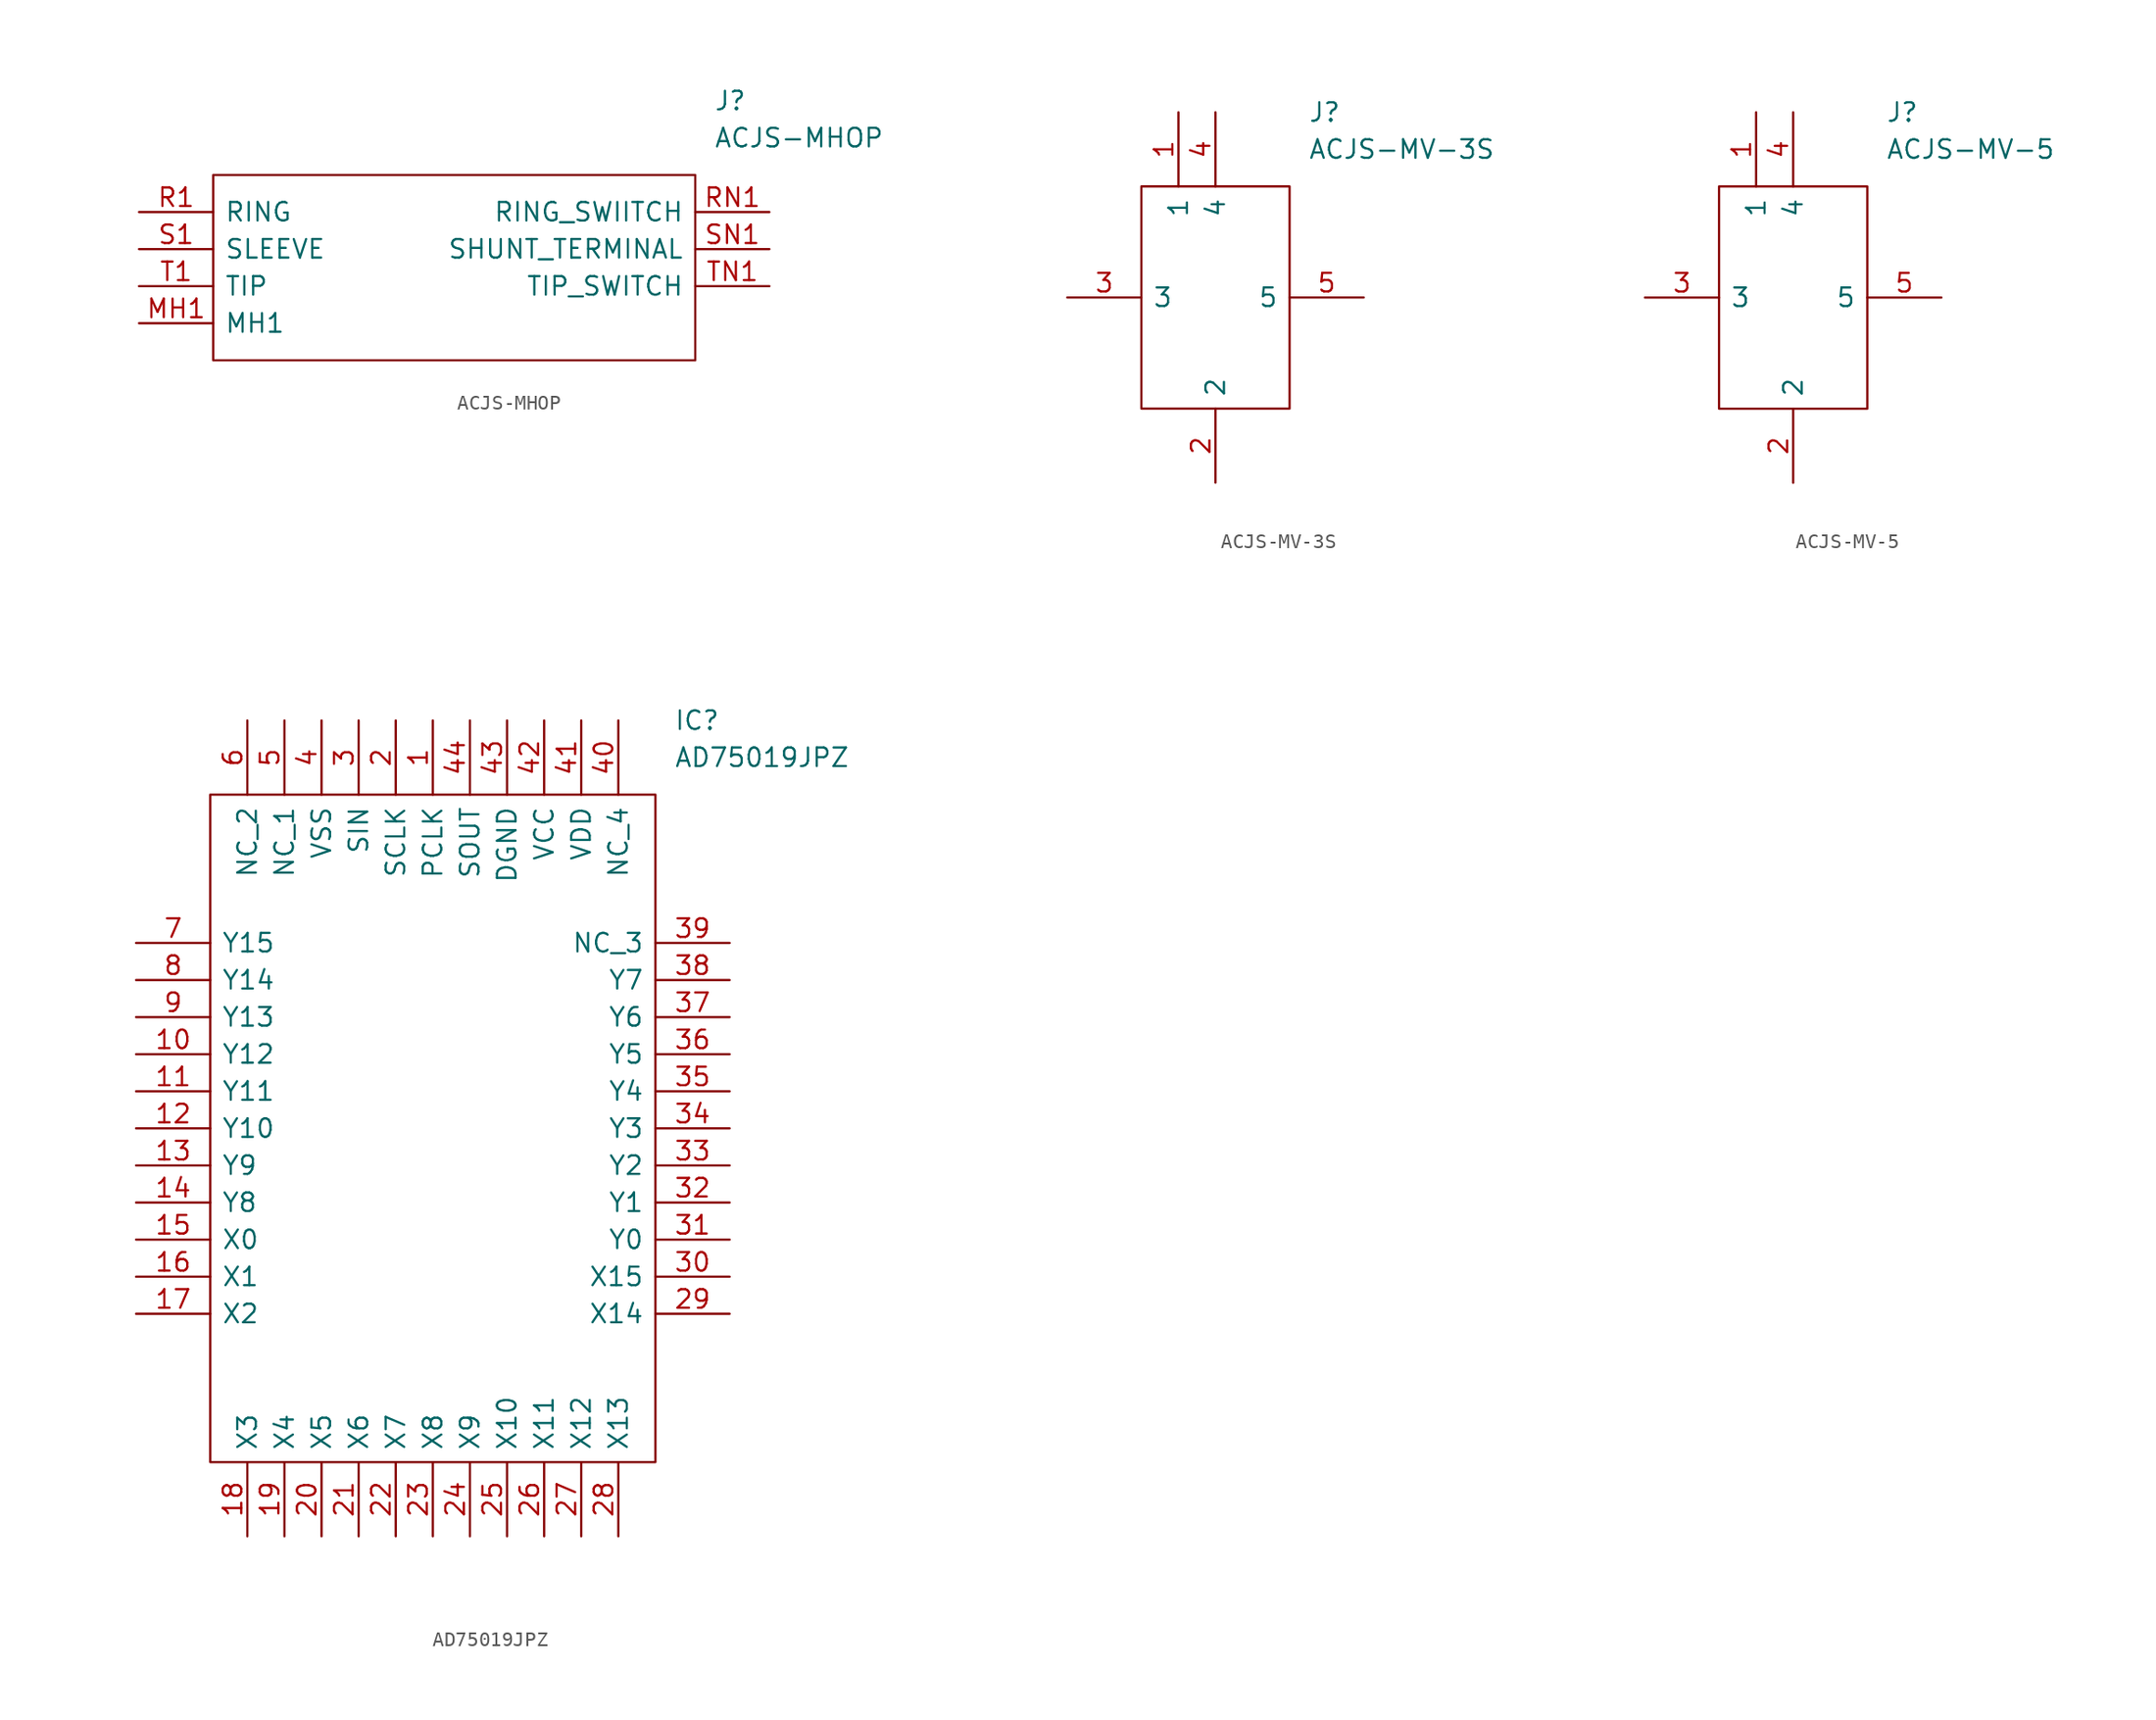
<source format=kicad_sym>
(kicad_symbol_lib
  (version 20211014)
  (generator kicad_symbol_editor)
  (symbol "ACJS-MHOP"
    (pin_names
      (offset 0.762))
    (property "Reference" "J"
      (at 39.37 7.62 0)
      (effects (font (size 1.27 1.27)) (justify left)))
    (property "Value" "ACJS-MHOP"
      (at 39.37 5.08 0)
      (effects (font (size 1.27 1.27)) (justify left)))
    (symbol "ACJS-MHOP_0_0"
      (pin passive line (at 0 -7.62 0) (length 5.08) (name "MH1" (effects (font (size 1.27 1.27)))) (number "MH1" (effects (font (size 1.27 1.27)))))
      (pin passive line (at 0 0 0) (length 5.08) (name "RING" (effects (font (size 1.27 1.27)))) (number "R1" (effects (font (size 1.27 1.27)))))
      (pin passive line (at 43.18 0 180) (length 5.08) (name "RING_SWIITCH" (effects (font (size 1.27 1.27)))) (number "RN1" (effects (font (size 1.27 1.27)))))
      (pin passive line (at 0 -2.54 0) (length 5.08) (name "SLEEVE" (effects (font (size 1.27 1.27)))) (number "S1" (effects (font (size 1.27 1.27)))))
      (pin passive line (at 43.18 -2.54 180) (length 5.08) (name "SHUNT_TERMINAL" (effects (font (size 1.27 1.27)))) (number "SN1" (effects (font (size 1.27 1.27)))))
      (pin passive line (at 0 -5.08 0) (length 5.08) (name "TIP" (effects (font (size 1.27 1.27)))) (number "T1" (effects (font (size 1.27 1.27)))))
      (pin passive line (at 43.18 -5.08 180) (length 5.08) (name "TIP_SWITCH" (effects (font (size 1.27 1.27)))) (number "TN1" (effects (font (size 1.27 1.27))))))
    (symbol "ACJS-MHOP_0_1"
      (polyline (pts (xy 5.08 2.54) (xy 38.1 2.54) (xy 38.1 -10.16) (xy 5.08 -10.16) (xy 5.08 2.54)) (stroke (width 0.152) (type default) (color 0 0 0 0)) (fill (type none)))))
  (symbol "ACJS-MV-3S"
    (pin_names
      (offset 0.762))
    (property "Reference" "J"
      (at 16.51 12.7 0)
      (effects (font (size 1.27 1.27)) (justify left)))
    (property "Value" "ACJS-MV-3S"
      (at 16.51 10.16 0)
      (effects (font (size 1.27 1.27)) (justify left)))
    (symbol "ACJS-MV-3S_0_0"
      (pin passive line (at 7.62 12.7 270) (length 5.08) (name "1" (effects (font (size 1.27 1.27)))) (number "1" (effects (font (size 1.27 1.27)))))
      (pin passive line (at 10.16 -12.7 90) (length 5.08) (name "2" (effects (font (size 1.27 1.27)))) (number "2" (effects (font (size 1.27 1.27)))))
      (pin passive line (at 0 0 0) (length 5.08) (name "3" (effects (font (size 1.27 1.27)))) (number "3" (effects (font (size 1.27 1.27)))))
      (pin passive line (at 10.16 12.7 270) (length 5.08) (name "4" (effects (font (size 1.27 1.27)))) (number "4" (effects (font (size 1.27 1.27)))))
      (pin passive line (at 20.32 0 180) (length 5.08) (name "5" (effects (font (size 1.27 1.27)))) (number "5" (effects (font (size 1.27 1.27))))))
    (symbol "ACJS-MV-3S_0_1"
      (polyline (pts (xy 5.08 7.62) (xy 15.24 7.62) (xy 15.24 -7.62) (xy 5.08 -7.62) (xy 5.08 7.62)) (stroke (width 0.152) (type default) (color 0 0 0 0)) (fill (type none)))))
  (symbol "ACJS-MV-5"
    (pin_names
      (offset 0.762))
    (property "Reference" "J"
      (at 16.51 12.7 0)
      (effects (font (size 1.27 1.27)) (justify left)))
    (property "Value" "ACJS-MV-5"
      (at 16.51 10.16 0)
      (effects (font (size 1.27 1.27)) (justify left)))
    (symbol "ACJS-MV-5_0_0"
      (pin passive line (at 7.62 12.7 270) (length 5.08) (name "1" (effects (font (size 1.27 1.27)))) (number "1" (effects (font (size 1.27 1.27)))))
      (pin passive line (at 10.16 -12.7 90) (length 5.08) (name "2" (effects (font (size 1.27 1.27)))) (number "2" (effects (font (size 1.27 1.27)))))
      (pin passive line (at 0 0 0) (length 5.08) (name "3" (effects (font (size 1.27 1.27)))) (number "3" (effects (font (size 1.27 1.27)))))
      (pin passive line (at 10.16 12.7 270) (length 5.08) (name "4" (effects (font (size 1.27 1.27)))) (number "4" (effects (font (size 1.27 1.27)))))
      (pin passive line (at 20.32 0 180) (length 5.08) (name "5" (effects (font (size 1.27 1.27)))) (number "5" (effects (font (size 1.27 1.27))))))
    (symbol "ACJS-MV-5_0_1"
      (polyline (pts (xy 5.08 7.62) (xy 15.24 7.62) (xy 15.24 -7.62) (xy 5.08 -7.62) (xy 5.08 7.62)) (stroke (width 0.152) (type default) (color 0 0 0 0)) (fill (type none)))))
  (symbol "AD75019JPZ"
    (pin_names
      (offset 0.762))
    (property "Reference" "IC"
      (at 36.83 15.24 0)
      (effects (font (size 1.27 1.27)) (justify left)))
    (property "Value" "AD75019JPZ"
      (at 36.83 12.7 0)
      (effects (font (size 1.27 1.27)) (justify left)))
    (symbol "AD75019JPZ_0_0"
      (pin passive line (at 20.32 15.24 270) (length 5.08) (name "PCLK" (effects (font (size 1.27 1.27)))) (number "1" (effects (font (size 1.27 1.27)))))
      (pin passive line (at 0 -7.62 0) (length 5.08) (name "Y12" (effects (font (size 1.27 1.27)))) (number "10" (effects (font (size 1.27 1.27)))))
      (pin passive line (at 0 -10.16 0) (length 5.08) (name "Y11" (effects (font (size 1.27 1.27)))) (number "11" (effects (font (size 1.27 1.27)))))
      (pin passive line (at 0 -12.7 0) (length 5.08) (name "Y10" (effects (font (size 1.27 1.27)))) (number "12" (effects (font (size 1.27 1.27)))))
      (pin passive line (at 0 -15.24 0) (length 5.08) (name "Y9" (effects (font (size 1.27 1.27)))) (number "13" (effects (font (size 1.27 1.27)))))
      (pin passive line (at 0 -17.78 0) (length 5.08) (name "Y8" (effects (font (size 1.27 1.27)))) (number "14" (effects (font (size 1.27 1.27)))))
      (pin passive line (at 0 -20.32 0) (length 5.08) (name "X0" (effects (font (size 1.27 1.27)))) (number "15" (effects (font (size 1.27 1.27)))))
      (pin passive line (at 0 -22.86 0) (length 5.08) (name "X1" (effects (font (size 1.27 1.27)))) (number "16" (effects (font (size 1.27 1.27)))))
      (pin passive line (at 0 -25.4 0) (length 5.08) (name "X2" (effects (font (size 1.27 1.27)))) (number "17" (effects (font (size 1.27 1.27)))))
      (pin passive line (at 7.62 -40.64 90) (length 5.08) (name "X3" (effects (font (size 1.27 1.27)))) (number "18" (effects (font (size 1.27 1.27)))))
      (pin passive line (at 10.16 -40.64 90) (length 5.08) (name "X4" (effects (font (size 1.27 1.27)))) (number "19" (effects (font (size 1.27 1.27)))))
      (pin passive line (at 17.78 15.24 270) (length 5.08) (name "SCLK" (effects (font (size 1.27 1.27)))) (number "2" (effects (font (size 1.27 1.27)))))
      (pin passive line (at 12.7 -40.64 90) (length 5.08) (name "X5" (effects (font (size 1.27 1.27)))) (number "20" (effects (font (size 1.27 1.27)))))
      (pin passive line (at 15.24 -40.64 90) (length 5.08) (name "X6" (effects (font (size 1.27 1.27)))) (number "21" (effects (font (size 1.27 1.27)))))
      (pin passive line (at 17.78 -40.64 90) (length 5.08) (name "X7" (effects (font (size 1.27 1.27)))) (number "22" (effects (font (size 1.27 1.27)))))
      (pin passive line (at 20.32 -40.64 90) (length 5.08) (name "X8" (effects (font (size 1.27 1.27)))) (number "23" (effects (font (size 1.27 1.27)))))
      (pin passive line (at 22.86 -40.64 90) (length 5.08) (name "X9" (effects (font (size 1.27 1.27)))) (number "24" (effects (font (size 1.27 1.27)))))
      (pin passive line (at 25.4 -40.64 90) (length 5.08) (name "X10" (effects (font (size 1.27 1.27)))) (number "25" (effects (font (size 1.27 1.27)))))
      (pin passive line (at 27.94 -40.64 90) (length 5.08) (name "X11" (effects (font (size 1.27 1.27)))) (number "26" (effects (font (size 1.27 1.27)))))
      (pin passive line (at 30.48 -40.64 90) (length 5.08) (name "X12" (effects (font (size 1.27 1.27)))) (number "27" (effects (font (size 1.27 1.27)))))
      (pin passive line (at 33.02 -40.64 90) (length 5.08) (name "X13" (effects (font (size 1.27 1.27)))) (number "28" (effects (font (size 1.27 1.27)))))
      (pin passive line (at 40.64 -25.4 180) (length 5.08) (name "X14" (effects (font (size 1.27 1.27)))) (number "29" (effects (font (size 1.27 1.27)))))
      (pin passive line (at 15.24 15.24 270) (length 5.08) (name "SIN" (effects (font (size 1.27 1.27)))) (number "3" (effects (font (size 1.27 1.27)))))
      (pin passive line (at 40.64 -22.86 180) (length 5.08) (name "X15" (effects (font (size 1.27 1.27)))) (number "30" (effects (font (size 1.27 1.27)))))
      (pin passive line (at 40.64 -20.32 180) (length 5.08) (name "Y0" (effects (font (size 1.27 1.27)))) (number "31" (effects (font (size 1.27 1.27)))))
      (pin passive line (at 40.64 -17.78 180) (length 5.08) (name "Y1" (effects (font (size 1.27 1.27)))) (number "32" (effects (font (size 1.27 1.27)))))
      (pin passive line (at 40.64 -15.24 180) (length 5.08) (name "Y2" (effects (font (size 1.27 1.27)))) (number "33" (effects (font (size 1.27 1.27)))))
      (pin passive line (at 40.64 -12.7 180) (length 5.08) (name "Y3" (effects (font (size 1.27 1.27)))) (number "34" (effects (font (size 1.27 1.27)))))
      (pin passive line (at 40.64 -10.16 180) (length 5.08) (name "Y4" (effects (font (size 1.27 1.27)))) (number "35" (effects (font (size 1.27 1.27)))))
      (pin passive line (at 40.64 -7.62 180) (length 5.08) (name "Y5" (effects (font (size 1.27 1.27)))) (number "36" (effects (font (size 1.27 1.27)))))
      (pin passive line (at 40.64 -5.08 180) (length 5.08) (name "Y6" (effects (font (size 1.27 1.27)))) (number "37" (effects (font (size 1.27 1.27)))))
      (pin passive line (at 40.64 -2.54 180) (length 5.08) (name "Y7" (effects (font (size 1.27 1.27)))) (number "38" (effects (font (size 1.27 1.27)))))
      (pin passive line (at 40.64 0 180) (length 5.08) (name "NC_3" (effects (font (size 1.27 1.27)))) (number "39" (effects (font (size 1.27 1.27)))))
      (pin passive line (at 12.7 15.24 270) (length 5.08) (name "VSS" (effects (font (size 1.27 1.27)))) (number "4" (effects (font (size 1.27 1.27)))))
      (pin passive line (at 33.02 15.24 270) (length 5.08) (name "NC_4" (effects (font (size 1.27 1.27)))) (number "40" (effects (font (size 1.27 1.27)))))
      (pin passive line (at 30.48 15.24 270) (length 5.08) (name "VDD" (effects (font (size 1.27 1.27)))) (number "41" (effects (font (size 1.27 1.27)))))
      (pin passive line (at 27.94 15.24 270) (length 5.08) (name "VCC" (effects (font (size 1.27 1.27)))) (number "42" (effects (font (size 1.27 1.27)))))
      (pin passive line (at 25.4 15.24 270) (length 5.08) (name "DGND" (effects (font (size 1.27 1.27)))) (number "43" (effects (font (size 1.27 1.27)))))
      (pin passive line (at 22.86 15.24 270) (length 5.08) (name "SOUT" (effects (font (size 1.27 1.27)))) (number "44" (effects (font (size 1.27 1.27)))))
      (pin passive line (at 10.16 15.24 270) (length 5.08) (name "NC_1" (effects (font (size 1.27 1.27)))) (number "5" (effects (font (size 1.27 1.27)))))
      (pin passive line (at 7.62 15.24 270) (length 5.08) (name "NC_2" (effects (font (size 1.27 1.27)))) (number "6" (effects (font (size 1.27 1.27)))))
      (pin passive line (at 0 0 0) (length 5.08) (name "Y15" (effects (font (size 1.27 1.27)))) (number "7" (effects (font (size 1.27 1.27)))))
      (pin passive line (at 0 -2.54 0) (length 5.08) (name "Y14" (effects (font (size 1.27 1.27)))) (number "8" (effects (font (size 1.27 1.27)))))
      (pin passive line (at 0 -5.08 0) (length 5.08) (name "Y13" (effects (font (size 1.27 1.27)))) (number "9" (effects (font (size 1.27 1.27))))))
    (symbol "AD75019JPZ_0_1"
      (polyline (pts (xy 5.08 10.16) (xy 35.56 10.16) (xy 35.56 -35.56) (xy 5.08 -35.56) (xy 5.08 10.16)) (stroke (width 0.152) (type default) (color 0 0 0 0)) (fill (type none))))))
</source>
